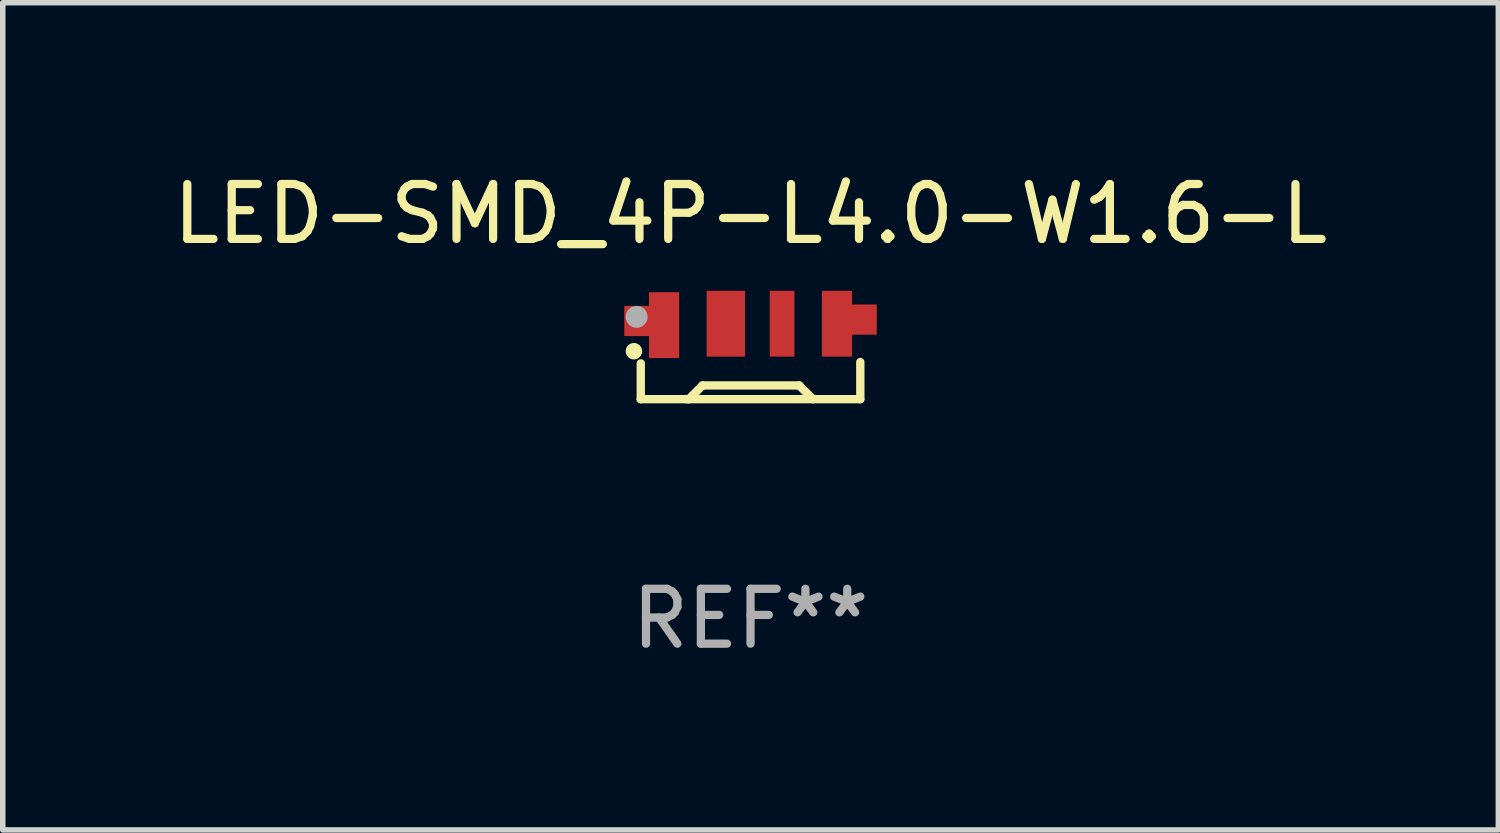
<source format=kicad_pcb>
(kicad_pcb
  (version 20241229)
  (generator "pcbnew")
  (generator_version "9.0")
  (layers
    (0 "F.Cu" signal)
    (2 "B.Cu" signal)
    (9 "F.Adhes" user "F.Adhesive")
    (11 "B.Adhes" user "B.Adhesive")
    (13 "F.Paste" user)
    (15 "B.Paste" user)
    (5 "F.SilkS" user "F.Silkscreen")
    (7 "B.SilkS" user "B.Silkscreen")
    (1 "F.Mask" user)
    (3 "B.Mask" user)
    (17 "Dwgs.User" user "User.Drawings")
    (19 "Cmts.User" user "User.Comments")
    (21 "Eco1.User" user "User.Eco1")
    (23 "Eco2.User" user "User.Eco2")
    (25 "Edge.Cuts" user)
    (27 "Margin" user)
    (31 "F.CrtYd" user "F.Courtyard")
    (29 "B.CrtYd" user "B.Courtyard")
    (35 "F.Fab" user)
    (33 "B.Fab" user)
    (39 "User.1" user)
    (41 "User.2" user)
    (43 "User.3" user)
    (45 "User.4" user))
  (footprint "LED-SMD_4P-L4.0-W1.6-L"
    (layer "F.Cu")
    (at 10.625 2.861)
    (property "Reference" "LED-SMD_4P-L4.0-W1.6-L" (at -0.000076 -2.013 0) (layer "F.SilkS") (effects (font (size 1 1) (thickness 0.15))))
    (attr smd)
    (fp_line (start -2 1.362) (end -2 0.71) (stroke (width 0.152) (type solid)) (layer "F.SilkS"))
    (fp_line (start -1.172 1.362) (end -1.125 1.362) (stroke (width 0.152) (type solid)) (layer "F.SilkS"))
    (fp_line (start -1.125 1.362) (end -0.875 1.112) (stroke (width 0.152) (type solid)) (layer "F.SilkS"))
    (fp_line (start -0.875 1.112) (end 0.888 1.112) (stroke (width 0.152) (type solid)) (layer "F.SilkS"))
    (fp_line (start 0.888 1.112) (end 1.138 1.362) (stroke (width 0.152) (type solid)) (layer "F.SilkS"))
    (fp_line (start 2 0.685) (end 2 1.362) (stroke (width 0.152) (type solid)) (layer "F.SilkS"))
    (fp_line (start 2 1.362) (end -2 1.362) (stroke (width 0.152) (type solid)) (layer "F.SilkS"))
    (fp_circle (center -2.125 0.488) (end -2.05 0.488) (stroke (width 0.15) (type solid)) (fill no) (layer "F.SilkS"))
    (fp_circle (center -2 1.363) (end -1.97 1.363) (stroke (width 0.06) (type solid)) (fill no) (layer "F.SilkS"))
    (fp_circle (center -2.075 -0.138) (end -1.975 -0.138) (stroke (width 0.2) (type solid)) (fill no) (layer "F.Fab"))
    (fp_text user "REF**" (at -0.000076 5.362 0) (layer "F.Fab") (effects (font (size 1 1) (thickness 0.15))))
    (pad "1" smd custom (at -1.8 0.013) (size 0.1 0.1) (layers "F.Cu" "F.Mask" "F.Paste") (options (anchor circle)) (primitives (gr_poly (pts (xy 0.5 -0.6) (xy 0.5 0.6) (xy -0.05 0.6) (xy -0.05 0.2) (xy -0.5 0.2) (xy -0.5 -0.35) (xy -0.05 -0.35) (xy -0.05 -0.6)) (width 0) (fill yes))))
    (pad "2" smd custom (at -0.45 -0.013) (size 0.1 0.1) (layers "F.Cu" "F.Mask" "F.Paste") (options (anchor circle)) (primitives (gr_poly (pts (xy -0.35 -0.6) (xy -0.35 0.6) (xy 0.35 0.6) (xy 0.35 -0.6)) (width 0) (fill yes))))
    (pad "3" smd custom (at 0.575 -0.013) (size 0.1 0.1) (layers "F.Cu" "F.Mask" "F.Paste") (options (anchor circle)) (primitives (gr_poly (pts (xy -0.225 0.6) (xy 0.225 0.6) (xy 0.225 -0.6) (xy -0.225 -0.6)) (width 0) (fill yes))))
    (pad "4" smd custom (at 1.8 -0.013) (size 0.1 0.1) (layers "F.Cu" "F.Mask" "F.Paste") (options (anchor circle)) (primitives (gr_poly (pts (xy -0.5 -0.6) (xy -0.5 0.6) (xy 0.05 0.6) (xy 0.05 0.2) (xy 0.5 0.2) (xy 0.5 -0.35) (xy 0.05 -0.35) (xy 0.05 -0.6)) (width 0) (fill yes)))))
  (gr_rect
    (start -3 -3)
    (end 24.25 12.072)
    (stroke (width 0.1) (type default))
    (fill no)
    (layer "Edge.Cuts")))
</source>
